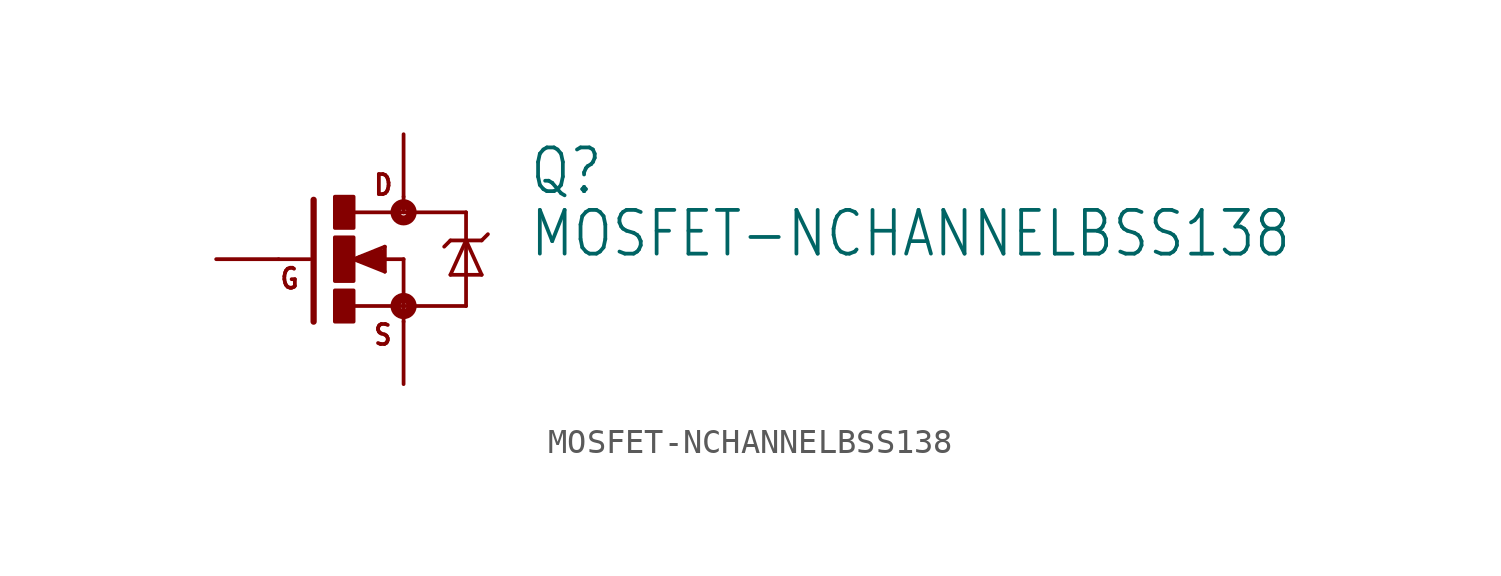
<source format=kicad_sym>
(kicad_symbol_lib
  (version 20211014)
  (generator kicad_symbol_editor)
  (symbol "MOSFET-NCHANNELBSS138"
    (property "Reference" "Q"
      (at 5.08 2.54 0)
      (effects (font (size 1.778 1.511)) (justify left bottom)))
    (property "Value" "MOSFET-NCHANNELBSS138"
      (at 5.08 0 0)
      (effects (font (size 1.778 1.511)) (justify left bottom)))
    (property "ki_locked" ""
      (at 0 0 0)
      (effects (font (size 1.27 1.27))))
    (symbol "MOSFET-NCHANNELBSS138_1_0"
      (rectangle (start -2.794 -2.54) (end -2.032 -1.27) (stroke (width 0) (type default) (color 0 0 0 0)) (fill (type outline)))
      (rectangle (start -2.794 -0.889) (end -2.032 0.889) (stroke (width 0) (type default) (color 0 0 0 0)) (fill (type outline)))
      (rectangle (start -2.794 1.27) (end -2.032 2.54) (stroke (width 0) (type default) (color 0 0 0 0)) (fill (type outline)))
      (circle (center 0 -1.905) (radius 0.127) (stroke (width 0.406) (type default) (color 0 0 0 0)) (fill (type none)))
      (polyline (pts (xy -3.81 0) (xy -5.08 0)) (stroke (width 0.152) (type default) (color 0 0 0 0)) (fill (type none)))
      (polyline (pts (xy -3.658 2.413) (xy -3.658 -2.54)) (stroke (width 0.254) (type default) (color 0 0 0 0)) (fill (type none)))
      (polyline (pts (xy -2.032 -1.905) (xy 0 -1.905)) (stroke (width 0.152) (type default) (color 0 0 0 0)) (fill (type none)))
      (polyline (pts (xy -2.032 0) (xy -0.762 -0.508)) (stroke (width 0.152) (type default) (color 0 0 0 0)) (fill (type none)))
      (polyline (pts (xy -1.778 0) (xy -0.889 -0.254)) (stroke (width 0.305) (type default) (color 0 0 0 0)) (fill (type none)))
      (polyline (pts (xy -0.889 -0.254) (xy -0.889 0)) (stroke (width 0.305) (type default) (color 0 0 0 0)) (fill (type none)))
      (polyline (pts (xy -0.889 0) (xy -1.143 0)) (stroke (width 0.305) (type default) (color 0 0 0 0)) (fill (type none)))
      (polyline (pts (xy -0.889 0) (xy 0 0)) (stroke (width 0.152) (type default) (color 0 0 0 0)) (fill (type none)))
      (polyline (pts (xy -0.889 0.254) (xy -1.778 0)) (stroke (width 0.305) (type default) (color 0 0 0 0)) (fill (type none)))
      (polyline (pts (xy -0.762 -0.508) (xy -0.762 0.508)) (stroke (width 0.152) (type default) (color 0 0 0 0)) (fill (type none)))
      (polyline (pts (xy -0.762 0.508) (xy -2.032 0)) (stroke (width 0.152) (type default) (color 0 0 0 0)) (fill (type none)))
      (polyline (pts (xy 0 -1.905) (xy 0 -2.54)) (stroke (width 0.152) (type default) (color 0 0 0 0)) (fill (type none)))
      (polyline (pts (xy 0 0) (xy 0 -1.905)) (stroke (width 0.152) (type default) (color 0 0 0 0)) (fill (type none)))
      (polyline (pts (xy 0 1.905) (xy -2.007 1.905)) (stroke (width 0.152) (type default) (color 0 0 0 0)) (fill (type none)))
      (polyline (pts (xy 0 1.905) (xy 2.54 1.905)) (stroke (width 0.152) (type default) (color 0 0 0 0)) (fill (type none)))
      (polyline (pts (xy 0 2.54) (xy 0 1.905)) (stroke (width 0.152) (type default) (color 0 0 0 0)) (fill (type none)))
      (polyline (pts (xy 1.905 -0.635) (xy 3.175 -0.635)) (stroke (width 0.152) (type default) (color 0 0 0 0)) (fill (type none)))
      (polyline (pts (xy 1.905 0.762) (xy 1.651 0.508)) (stroke (width 0.152) (type default) (color 0 0 0 0)) (fill (type none)))
      (polyline (pts (xy 1.905 0.762) (xy 2.54 0.762)) (stroke (width 0.152) (type default) (color 0 0 0 0)) (fill (type none)))
      (polyline (pts (xy 2.54 -1.905) (xy 0 -1.905)) (stroke (width 0.152) (type default) (color 0 0 0 0)) (fill (type none)))
      (polyline (pts (xy 2.54 0.762) (xy 1.905 -0.635)) (stroke (width 0.152) (type default) (color 0 0 0 0)) (fill (type none)))
      (polyline (pts (xy 2.54 0.762) (xy 2.54 -1.905)) (stroke (width 0.152) (type default) (color 0 0 0 0)) (fill (type none)))
      (polyline (pts (xy 2.54 0.762) (xy 3.175 0.762)) (stroke (width 0.152) (type default) (color 0 0 0 0)) (fill (type none)))
      (polyline (pts (xy 2.54 1.905) (xy 2.54 0.762)) (stroke (width 0.152) (type default) (color 0 0 0 0)) (fill (type none)))
      (polyline (pts (xy 3.175 -0.635) (xy 2.54 0.762)) (stroke (width 0.152) (type default) (color 0 0 0 0)) (fill (type none)))
      (polyline (pts (xy 3.175 0.762) (xy 3.429 1.016)) (stroke (width 0.152) (type default) (color 0 0 0 0)) (fill (type none)))
      (circle (center 0 1.905) (radius 0.127) (stroke (width 0.406) (type default) (color 0 0 0 0)) (fill (type none)))
      (text "D" (at -1.27 2.54 0) (effects (font (size 0.813 0.691)) (justify left bottom)))
      (text "G" (at -5.08 -1.27 0) (effects (font (size 0.813 0.691)) (justify left bottom)))
      (text "S" (at -1.27 -3.556 0) (effects (font (size 0.813 0.691)) (justify left bottom)))
      (pin passive line (at -7.62 0 0) (length 2.54) (name "G" (effects (font (size 0 0)))) (number "1" (effects (font (size 0 0)))))
      (pin passive line (at 0 -5.08 90) (length 2.54) (name "S" (effects (font (size 0 0)))) (number "2" (effects (font (size 0 0)))))
      (pin passive line (at 0 5.08 270) (length 2.54) (name "D" (effects (font (size 0 0)))) (number "3" (effects (font (size 0 0))))))))
</source>
